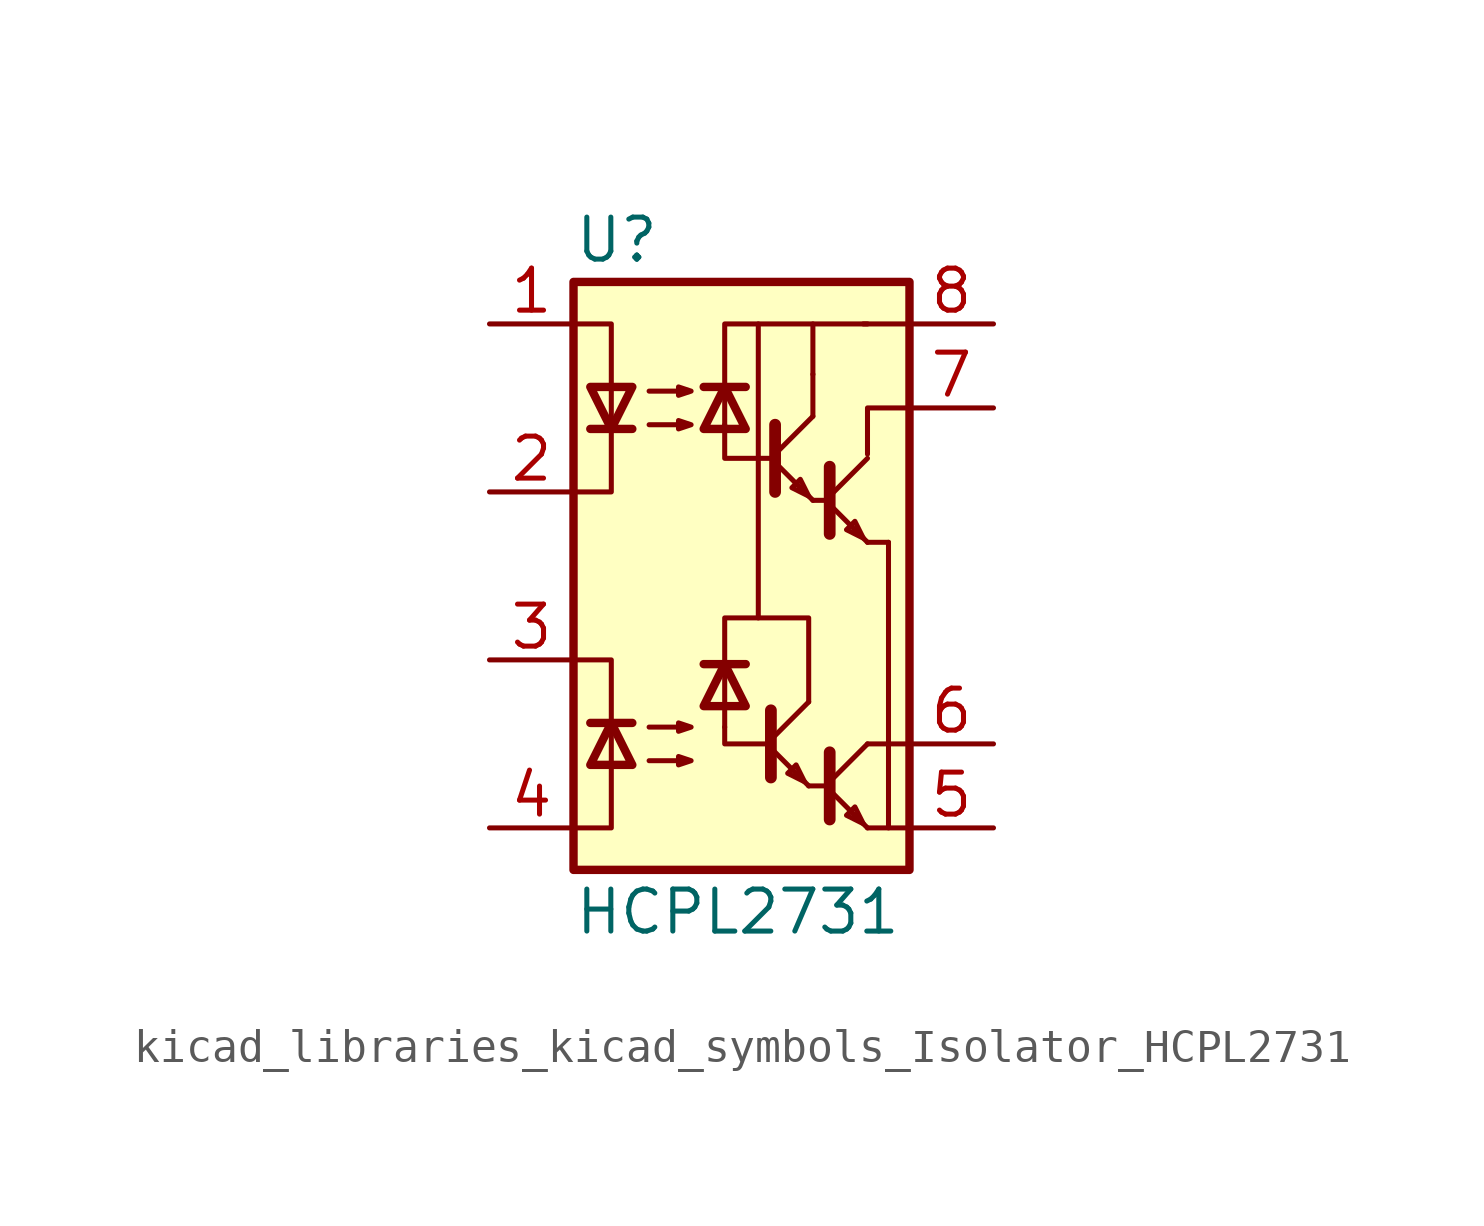
<source format=kicad_sym>
(kicad_symbol_lib
  (version 20220914)
  (generator kicad_symbol_editor)
  (symbol "kicad_libraries_kicad_symbols_Isolator_HCPL2731"
    (pin_names
      (offset 0.762) hide)
    (property "Reference" "U"
      (at -5.08 10.16 0)
      (effects (font (size 1.27 1.27)) (justify left)))
    (property "Value" "HCPL2731"
      (at -5.08 -10.16 0)
      (effects (font (size 1.27 1.27)) (justify left)))
    (symbol "kicad_libraries_kicad_symbols_Isolator_HCPL2731_0_1"
      (rectangle (start -5.08 8.89) (end 5.08 -8.89) (stroke (width 0.254) (type default)) (fill (type background)))
      (polyline (pts (xy -4.572 -4.445) (xy -3.302 -4.445)) (stroke (width 0.254) (type default)) (fill (type none)))
      (polyline (pts (xy -4.572 4.445) (xy -3.302 4.445)) (stroke (width 0.254) (type default)) (fill (type none)))
      (polyline (pts (xy -0.508 -4.572) (xy -0.508 -3.937)) (stroke (width 0) (type default)) (fill (type none)))
      (polyline (pts (xy 0.127 -2.667) (xy -1.143 -2.667)) (stroke (width 0.254) (type default)) (fill (type none)))
      (polyline (pts (xy 0.127 5.715) (xy -1.143 5.715)) (stroke (width 0.254) (type default)) (fill (type none)))
      (polyline (pts (xy 0.889 -5.207) (xy 2.032 -6.35)) (stroke (width 0) (type default)) (fill (type none)))
      (polyline (pts (xy 0.889 -4.953) (xy 2.032 -3.81)) (stroke (width 0) (type default)) (fill (type none)))
      (polyline (pts (xy 1.016 3.429) (xy 2.159 2.286)) (stroke (width 0) (type default)) (fill (type none)))
      (polyline (pts (xy 1.016 3.683) (xy 2.159 4.826)) (stroke (width 0) (type default)) (fill (type none)))
      (polyline (pts (xy 2.032 -6.35) (xy 2.54 -6.35)) (stroke (width 0) (type default)) (fill (type none)))
      (polyline (pts (xy 2.159 2.286) (xy 2.667 2.286)) (stroke (width 0) (type default)) (fill (type none)))
      (polyline (pts (xy 2.159 4.826) (xy 2.159 6.096)) (stroke (width 0) (type default)) (fill (type none)))
      (polyline (pts (xy 2.159 6.096) (xy 2.159 7.62)) (stroke (width 0) (type default)) (fill (type none)))
      (polyline (pts (xy 2.667 -6.477) (xy 3.81 -7.62)) (stroke (width 0) (type default)) (fill (type none)))
      (polyline (pts (xy 2.667 -6.223) (xy 3.81 -5.08)) (stroke (width 0) (type default)) (fill (type none)))
      (polyline (pts (xy 2.667 2.159) (xy 3.81 1.016)) (stroke (width 0) (type default)) (fill (type none)))
      (polyline (pts (xy 2.667 2.413) (xy 3.81 3.556)) (stroke (width 0) (type default)) (fill (type none)))
      (polyline (pts (xy 3.683 7.62) (xy 5.08 7.62)) (stroke (width 0) (type default)) (fill (type none)))
      (polyline (pts (xy 3.81 -7.62) (xy 5.08 -7.62)) (stroke (width 0) (type default)) (fill (type none)))
      (polyline (pts (xy 3.81 -5.08) (xy 5.08 -5.08)) (stroke (width 0) (type default)) (fill (type none)))
      (polyline (pts (xy 3.81 1.016) (xy 4.445 1.016)) (stroke (width 0) (type default)) (fill (type none)))
      (polyline (pts (xy 4.445 -7.62) (xy 4.445 1.016)) (stroke (width 0) (type default)) (fill (type none)))
      (polyline (pts (xy -0.508 -4.572) (xy -0.508 -5.08) (xy 0.762 -5.08)) (stroke (width 0) (type default)) (fill (type none)))
      (polyline (pts (xy -0.508 4.445) (xy -0.508 7.62) (xy 3.81 7.62)) (stroke (width 0) (type default)) (fill (type none)))
      (polyline (pts (xy -0.508 4.572) (xy -0.508 3.556) (xy 1.016 3.556)) (stroke (width 0) (type default)) (fill (type none)))
      (polyline (pts (xy 0.508 -1.27) (xy 2.032 -1.27) (xy 2.032 -3.81)) (stroke (width 0) (type default)) (fill (type none)))
      (polyline (pts (xy 0.889 -4.064) (xy 0.889 -6.096) (xy 0.889 -6.096)) (stroke (width 0.356) (type default)) (fill (type none)))
      (polyline (pts (xy 1.016 4.572) (xy 1.016 2.54) (xy 1.016 2.54)) (stroke (width 0.356) (type default)) (fill (type none)))
      (polyline (pts (xy 2.667 -5.334) (xy 2.667 -7.366) (xy 2.667 -7.366)) (stroke (width 0.356) (type default)) (fill (type none)))
      (polyline (pts (xy 2.667 3.302) (xy 2.667 1.27) (xy 2.667 1.27)) (stroke (width 0.356) (type default)) (fill (type none)))
      (polyline (pts (xy 3.81 3.683) (xy 3.81 5.08) (xy 5.08 5.08)) (stroke (width 0) (type default)) (fill (type none)))
      (polyline (pts (xy -5.08 -2.54) (xy -3.937 -2.54) (xy -3.937 -7.62) (xy -5.08 -7.62)) (stroke (width 0) (type default)) (fill (type none)))
      (polyline (pts (xy -5.08 7.62) (xy -3.937 7.62) (xy -3.937 2.54) (xy -5.08 2.54)) (stroke (width 0) (type default)) (fill (type none)))
      (polyline (pts (xy -3.937 -4.445) (xy -4.572 -5.715) (xy -3.302 -5.715) (xy -3.937 -4.445)) (stroke (width 0.254) (type default)) (fill (type none)))
      (polyline (pts (xy -3.937 4.445) (xy -4.572 5.715) (xy -3.302 5.715) (xy -3.937 4.445)) (stroke (width 0.254) (type default)) (fill (type none)))
      (polyline (pts (xy -0.508 -3.937) (xy -0.508 -1.27) (xy 0.508 -1.27) (xy 0.508 7.62)) (stroke (width 0) (type default)) (fill (type none)))
      (polyline (pts (xy -0.508 -2.667) (xy 0.127 -3.937) (xy -1.143 -3.937) (xy -0.508 -2.667)) (stroke (width 0.254) (type default)) (fill (type none)))
      (polyline (pts (xy -0.508 5.715) (xy 0.127 4.445) (xy -1.143 4.445) (xy -0.508 5.715)) (stroke (width 0.254) (type default)) (fill (type none)))
      (polyline (pts (xy 1.905 -6.223) (xy 1.651 -5.715) (xy 1.397 -5.969) (xy 1.905 -6.223)) (stroke (width 0) (type default)) (fill (type none)))
      (polyline (pts (xy 2.032 2.413) (xy 1.778 2.921) (xy 1.524 2.667) (xy 2.032 2.413)) (stroke (width 0) (type default)) (fill (type none)))
      (polyline (pts (xy 3.683 -7.493) (xy 3.429 -6.985) (xy 3.175 -7.239) (xy 3.683 -7.493)) (stroke (width 0) (type default)) (fill (type none)))
      (polyline (pts (xy 3.683 1.143) (xy 3.429 1.651) (xy 3.175 1.397) (xy 3.683 1.143)) (stroke (width 0) (type default)) (fill (type none)))
      (polyline (pts (xy -2.794 -5.588) (xy -1.524 -5.588) (xy -1.905 -5.715) (xy -1.905 -5.461) (xy -1.524 -5.588)) (stroke (width 0) (type default)) (fill (type none)))
      (polyline (pts (xy -2.794 -4.572) (xy -1.524 -4.572) (xy -1.905 -4.699) (xy -1.905 -4.445) (xy -1.524 -4.572)) (stroke (width 0) (type default)) (fill (type none)))
      (polyline (pts (xy -2.794 4.572) (xy -1.524 4.572) (xy -1.905 4.445) (xy -1.905 4.699) (xy -1.524 4.572)) (stroke (width 0) (type default)) (fill (type none)))
      (polyline (pts (xy -2.794 5.588) (xy -1.524 5.588) (xy -1.905 5.461) (xy -1.905 5.715) (xy -1.524 5.588)) (stroke (width 0) (type default)) (fill (type none))))
    (symbol "kicad_libraries_kicad_symbols_Isolator_HCPL2731_1_1"
      (pin passive line (at -7.62 7.62 0) (length 2.54) (name "A1" (effects (font (size 1.27 1.27)))) (number "1" (effects (font (size 1.27 1.27)))))
      (pin passive line (at -7.62 2.54 0) (length 2.54) (name "C1" (effects (font (size 1.27 1.27)))) (number "2" (effects (font (size 1.27 1.27)))))
      (pin passive line (at -7.62 -2.54 0) (length 2.54) (name "C2" (effects (font (size 1.27 1.27)))) (number "3" (effects (font (size 1.27 1.27)))))
      (pin passive line (at -7.62 -7.62 0) (length 2.54) (name "A2" (effects (font (size 1.27 1.27)))) (number "4" (effects (font (size 1.27 1.27)))))
      (pin passive line (at 7.62 -7.62 180) (length 2.54) (name "GND" (effects (font (size 1.27 1.27)))) (number "5" (effects (font (size 1.27 1.27)))))
      (pin passive line (at 7.62 -5.08 180) (length 2.54) (name "VO2" (effects (font (size 1.27 1.27)))) (number "6" (effects (font (size 1.27 1.27)))))
      (pin passive line (at 7.62 5.08 180) (length 2.54) (name "VO1" (effects (font (size 1.27 1.27)))) (number "7" (effects (font (size 1.27 1.27)))))
      (pin passive line (at 7.62 7.62 180) (length 2.54) (name "VCC" (effects (font (size 1.27 1.27)))) (number "8" (effects (font (size 1.27 1.27))))))))
</source>
